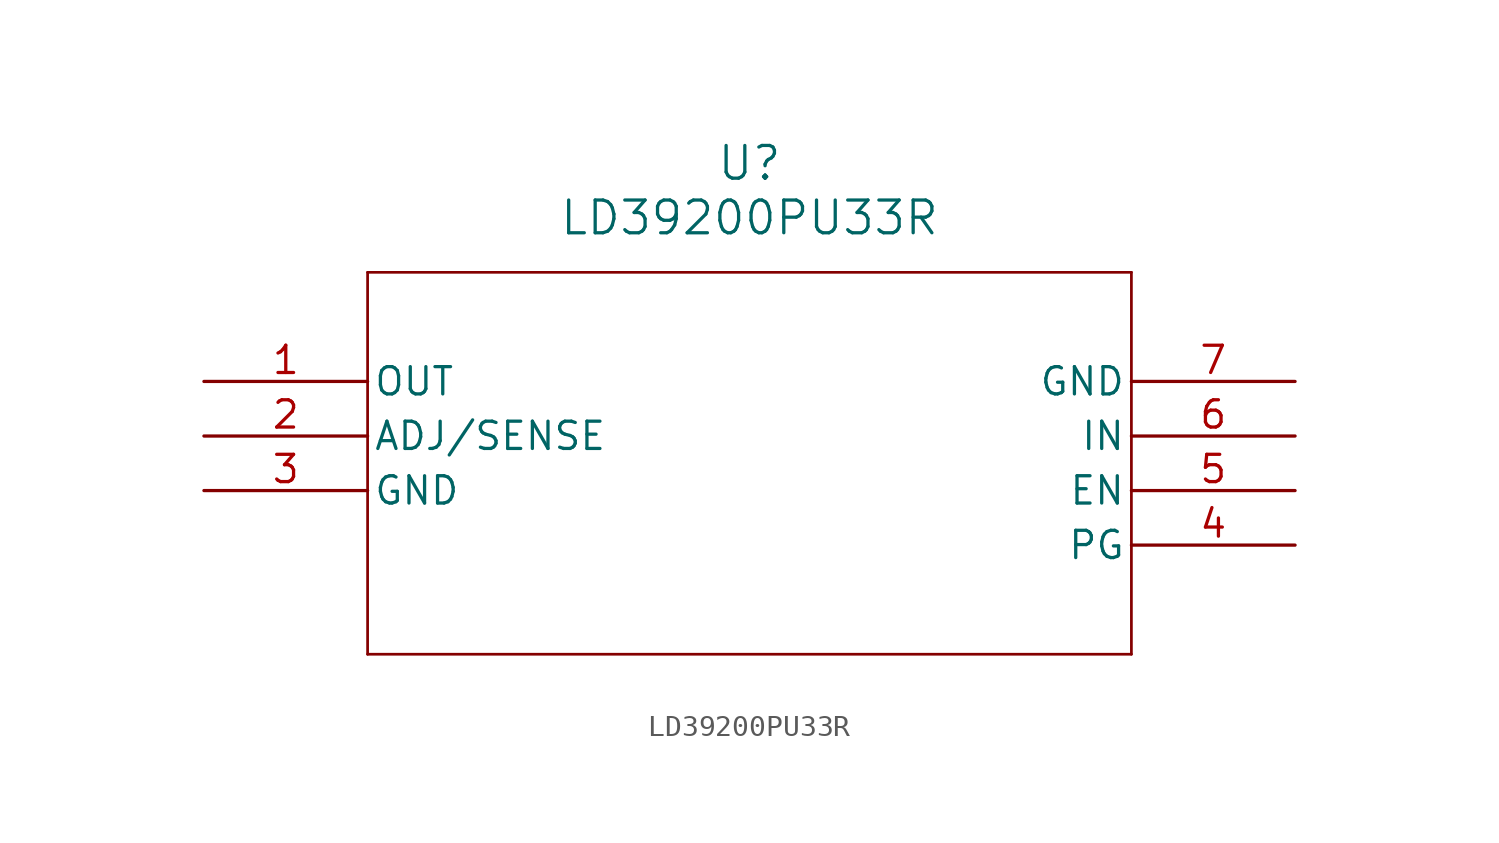
<source format=kicad_sym>
(kicad_symbol_lib
  (version 20231120)
  (generator "kicad_symbol_editor")
  (generator_version "8.0")
  (symbol "LD39200PU33R"
    (pin_names
      (offset 0.254))
    (property "Reference" "U"
      (at 25.4 10.16 0)
      (effects (font (size 1.524 1.524))))
    (property "Value" "LD39200PU33R"
      (at 25.4 7.62 0)
      (effects (font (size 1.524 1.524))))
    (symbol "LD39200PU33R_0_1"
      (polyline (pts (xy 7.62 -12.7) (xy 43.18 -12.7)) (stroke (width 0.127) (type default)) (fill (type none)))
      (polyline (pts (xy 7.62 5.08) (xy 7.62 -12.7)) (stroke (width 0.127) (type default)) (fill (type none)))
      (polyline (pts (xy 43.18 -12.7) (xy 43.18 5.08)) (stroke (width 0.127) (type default)) (fill (type none)))
      (polyline (pts (xy 43.18 5.08) (xy 7.62 5.08)) (stroke (width 0.127) (type default)) (fill (type none)))
      (pin output line (at 0 0 0) (length 7.62) (name "OUT" (effects (font (size 1.27 1.27)))) (number "1" (effects (font (size 1.27 1.27)))))
      (pin unspecified line (at 0 -2.54 0) (length 7.62) (name "ADJ/SENSE" (effects (font (size 1.27 1.27)))) (number "2" (effects (font (size 1.27 1.27)))))
      (pin power_out line (at 0 -5.08 0) (length 7.62) (name "GND" (effects (font (size 1.27 1.27)))) (number "3" (effects (font (size 1.27 1.27)))))
      (pin unspecified line (at 50.8 -7.62 180) (length 7.62) (name "PG" (effects (font (size 1.27 1.27)))) (number "4" (effects (font (size 1.27 1.27)))))
      (pin unspecified line (at 50.8 -5.08 180) (length 7.62) (name "EN" (effects (font (size 1.27 1.27)))) (number "5" (effects (font (size 1.27 1.27)))))
      (pin power_in line (at 50.8 -2.54 180) (length 7.62) (name "IN" (effects (font (size 1.27 1.27)))) (number "6" (effects (font (size 1.27 1.27)))))
      (pin power_out line (at 50.8 0 180) (length 7.62) (name "GND" (effects (font (size 1.27 1.27)))) (number "7" (effects (font (size 1.27 1.27))))))))
</source>
